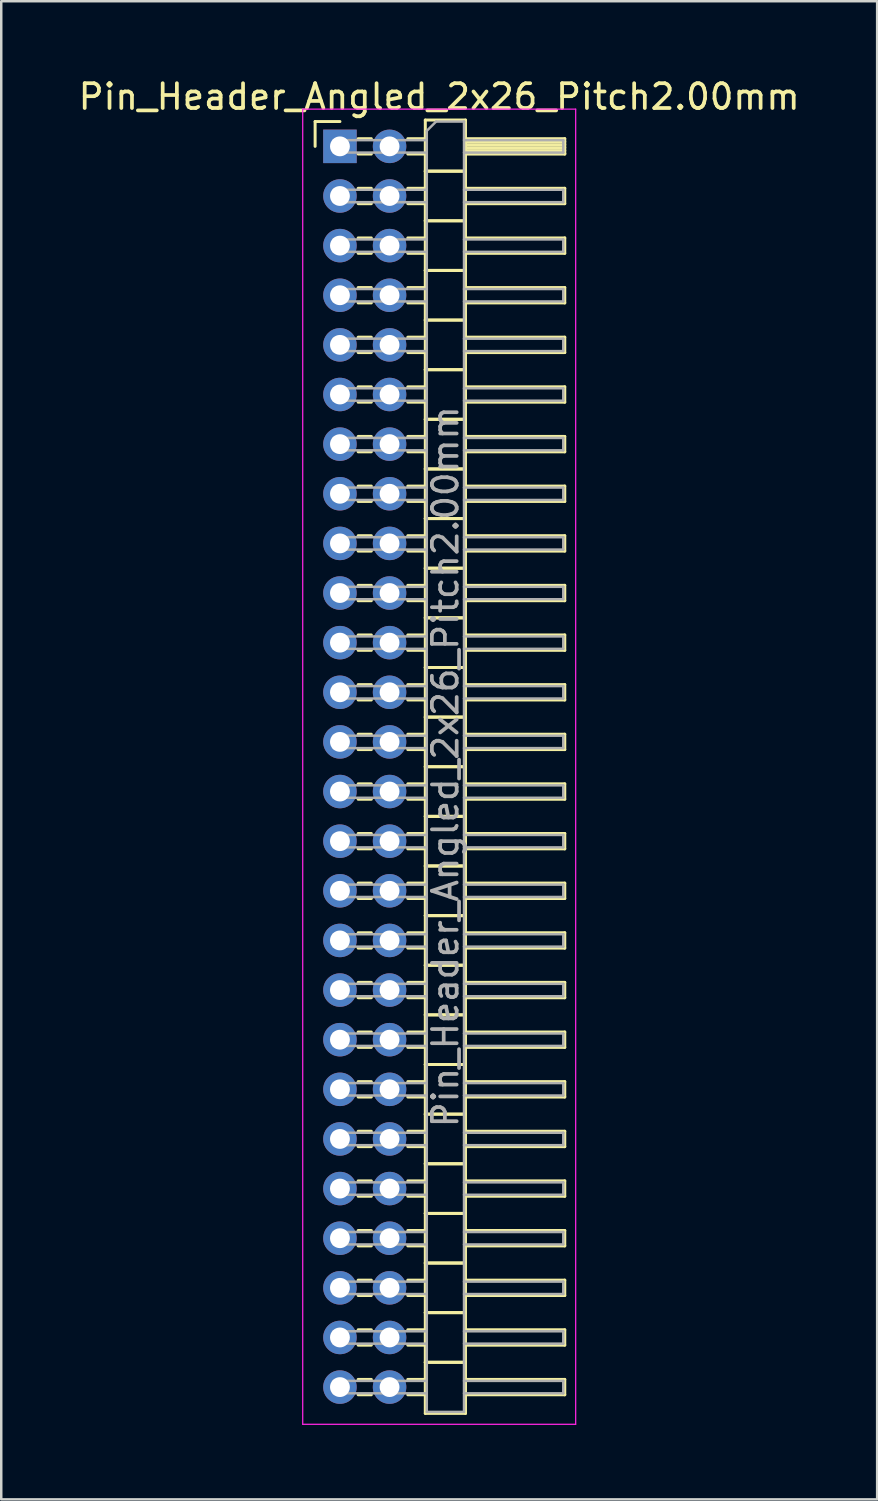
<source format=kicad_pcb>
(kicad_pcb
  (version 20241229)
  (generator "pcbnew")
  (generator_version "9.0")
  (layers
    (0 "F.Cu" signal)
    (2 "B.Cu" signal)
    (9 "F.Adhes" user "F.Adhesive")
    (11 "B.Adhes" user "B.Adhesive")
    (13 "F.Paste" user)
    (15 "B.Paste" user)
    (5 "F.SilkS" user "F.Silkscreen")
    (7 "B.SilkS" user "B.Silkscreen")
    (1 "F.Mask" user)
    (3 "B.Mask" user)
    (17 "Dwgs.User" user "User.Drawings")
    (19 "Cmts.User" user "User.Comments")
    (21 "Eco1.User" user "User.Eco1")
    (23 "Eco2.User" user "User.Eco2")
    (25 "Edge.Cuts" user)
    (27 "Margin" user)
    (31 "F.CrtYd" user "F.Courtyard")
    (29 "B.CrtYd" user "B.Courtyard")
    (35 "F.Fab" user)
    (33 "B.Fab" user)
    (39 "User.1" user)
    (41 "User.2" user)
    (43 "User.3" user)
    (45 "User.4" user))
  (footprint "Pin_Header_Angled_2x26_Pitch2.00mm"
    (layer "F.Cu")
    (at 10.649 2.848)
    (property "Reference" "Pin_Header_Angled_2x26_Pitch2.00mm" (at 4 -2 0) (layer "F.SilkS") (effects (font (size 1 1) (thickness 0.15))))
    (attr through_hole)
    (fp_line (start -1 -1) (end 0 -1) (stroke (width 0.12) (type solid)) (layer "F.SilkS"))
    (fp_line (start -1 0) (end -1 -1) (stroke (width 0.12) (type solid)) (layer "F.SilkS"))
    (fp_line (start 0.735 -0.31) (end 1.265 -0.31) (stroke (width 0.12) (type solid)) (layer "F.SilkS"))
    (fp_line (start 0.735 0.31) (end 1.265 0.31) (stroke (width 0.12) (type solid)) (layer "F.SilkS"))
    (fp_line (start 0.735 1.69) (end 1.265 1.69) (stroke (width 0.12) (type solid)) (layer "F.SilkS"))
    (fp_line (start 0.735 2.31) (end 1.265 2.31) (stroke (width 0.12) (type solid)) (layer "F.SilkS"))
    (fp_line (start 0.735 3.69) (end 1.265 3.69) (stroke (width 0.12) (type solid)) (layer "F.SilkS"))
    (fp_line (start 0.735 4.31) (end 1.265 4.31) (stroke (width 0.12) (type solid)) (layer "F.SilkS"))
    (fp_line (start 0.735 5.69) (end 1.265 5.69) (stroke (width 0.12) (type solid)) (layer "F.SilkS"))
    (fp_line (start 0.735 6.31) (end 1.265 6.31) (stroke (width 0.12) (type solid)) (layer "F.SilkS"))
    (fp_line (start 0.735 7.69) (end 1.265 7.69) (stroke (width 0.12) (type solid)) (layer "F.SilkS"))
    (fp_line (start 0.735 8.31) (end 1.265 8.31) (stroke (width 0.12) (type solid)) (layer "F.SilkS"))
    (fp_line (start 0.735 9.69) (end 1.265 9.69) (stroke (width 0.12) (type solid)) (layer "F.SilkS"))
    (fp_line (start 0.735 10.31) (end 1.265 10.31) (stroke (width 0.12) (type solid)) (layer "F.SilkS"))
    (fp_line (start 0.735 11.69) (end 1.265 11.69) (stroke (width 0.12) (type solid)) (layer "F.SilkS"))
    (fp_line (start 0.735 12.31) (end 1.265 12.31) (stroke (width 0.12) (type solid)) (layer "F.SilkS"))
    (fp_line (start 0.735 13.69) (end 1.265 13.69) (stroke (width 0.12) (type solid)) (layer "F.SilkS"))
    (fp_line (start 0.735 14.31) (end 1.265 14.31) (stroke (width 0.12) (type solid)) (layer "F.SilkS"))
    (fp_line (start 0.735 15.69) (end 1.265 15.69) (stroke (width 0.12) (type solid)) (layer "F.SilkS"))
    (fp_line (start 0.735 16.31) (end 1.265 16.31) (stroke (width 0.12) (type solid)) (layer "F.SilkS"))
    (fp_line (start 0.735 17.69) (end 1.265 17.69) (stroke (width 0.12) (type solid)) (layer "F.SilkS"))
    (fp_line (start 0.735 18.31) (end 1.265 18.31) (stroke (width 0.12) (type solid)) (layer "F.SilkS"))
    (fp_line (start 0.735 19.69) (end 1.265 19.69) (stroke (width 0.12) (type solid)) (layer "F.SilkS"))
    (fp_line (start 0.735 20.31) (end 1.265 20.31) (stroke (width 0.12) (type solid)) (layer "F.SilkS"))
    (fp_line (start 0.735 21.69) (end 1.265 21.69) (stroke (width 0.12) (type solid)) (layer "F.SilkS"))
    (fp_line (start 0.735 22.31) (end 1.265 22.31) (stroke (width 0.12) (type solid)) (layer "F.SilkS"))
    (fp_line (start 0.735 23.69) (end 1.265 23.69) (stroke (width 0.12) (type solid)) (layer "F.SilkS"))
    (fp_line (start 0.735 24.31) (end 1.265 24.31) (stroke (width 0.12) (type solid)) (layer "F.SilkS"))
    (fp_line (start 0.735 25.69) (end 1.265 25.69) (stroke (width 0.12) (type solid)) (layer "F.SilkS"))
    (fp_line (start 0.735 26.31) (end 1.265 26.31) (stroke (width 0.12) (type solid)) (layer "F.SilkS"))
    (fp_line (start 0.735 27.69) (end 1.265 27.69) (stroke (width 0.12) (type solid)) (layer "F.SilkS"))
    (fp_line (start 0.735 28.31) (end 1.265 28.31) (stroke (width 0.12) (type solid)) (layer "F.SilkS"))
    (fp_line (start 0.735 29.69) (end 1.265 29.69) (stroke (width 0.12) (type solid)) (layer "F.SilkS"))
    (fp_line (start 0.735 30.31) (end 1.265 30.31) (stroke (width 0.12) (type solid)) (layer "F.SilkS"))
    (fp_line (start 0.735 31.69) (end 1.265 31.69) (stroke (width 0.12) (type solid)) (layer "F.SilkS"))
    (fp_line (start 0.735 32.31) (end 1.265 32.31) (stroke (width 0.12) (type solid)) (layer "F.SilkS"))
    (fp_line (start 0.735 33.69) (end 1.265 33.69) (stroke (width 0.12) (type solid)) (layer "F.SilkS"))
    (fp_line (start 0.735 34.31) (end 1.265 34.31) (stroke (width 0.12) (type solid)) (layer "F.SilkS"))
    (fp_line (start 0.735 35.69) (end 1.265 35.69) (stroke (width 0.12) (type solid)) (layer "F.SilkS"))
    (fp_line (start 0.735 36.31) (end 1.265 36.31) (stroke (width 0.12) (type solid)) (layer "F.SilkS"))
    (fp_line (start 0.735 37.69) (end 1.265 37.69) (stroke (width 0.12) (type solid)) (layer "F.SilkS"))
    (fp_line (start 0.735 38.31) (end 1.265 38.31) (stroke (width 0.12) (type solid)) (layer "F.SilkS"))
    (fp_line (start 0.735 39.69) (end 1.265 39.69) (stroke (width 0.12) (type solid)) (layer "F.SilkS"))
    (fp_line (start 0.735 40.31) (end 1.265 40.31) (stroke (width 0.12) (type solid)) (layer "F.SilkS"))
    (fp_line (start 0.735 41.69) (end 1.265 41.69) (stroke (width 0.12) (type solid)) (layer "F.SilkS"))
    (fp_line (start 0.735 42.31) (end 1.265 42.31) (stroke (width 0.12) (type solid)) (layer "F.SilkS"))
    (fp_line (start 0.735 43.69) (end 1.265 43.69) (stroke (width 0.12) (type solid)) (layer "F.SilkS"))
    (fp_line (start 0.735 44.31) (end 1.265 44.31) (stroke (width 0.12) (type solid)) (layer "F.SilkS"))
    (fp_line (start 0.735 45.69) (end 1.265 45.69) (stroke (width 0.12) (type solid)) (layer "F.SilkS"))
    (fp_line (start 0.735 46.31) (end 1.265 46.31) (stroke (width 0.12) (type solid)) (layer "F.SilkS"))
    (fp_line (start 0.735 47.69) (end 1.265 47.69) (stroke (width 0.12) (type solid)) (layer "F.SilkS"))
    (fp_line (start 0.735 48.31) (end 1.265 48.31) (stroke (width 0.12) (type solid)) (layer "F.SilkS"))
    (fp_line (start 0.735 49.69) (end 1.265 49.69) (stroke (width 0.12) (type solid)) (layer "F.SilkS"))
    (fp_line (start 0.735 50.31) (end 1.265 50.31) (stroke (width 0.12) (type solid)) (layer "F.SilkS"))
    (fp_line (start 2.735 -0.31) (end 3.44 -0.31) (stroke (width 0.12) (type solid)) (layer "F.SilkS"))
    (fp_line (start 2.735 0.31) (end 3.44 0.31) (stroke (width 0.12) (type solid)) (layer "F.SilkS"))
    (fp_line (start 2.735 1.69) (end 3.44 1.69) (stroke (width 0.12) (type solid)) (layer "F.SilkS"))
    (fp_line (start 2.735 2.31) (end 3.44 2.31) (stroke (width 0.12) (type solid)) (layer "F.SilkS"))
    (fp_line (start 2.735 3.69) (end 3.44 3.69) (stroke (width 0.12) (type solid)) (layer "F.SilkS"))
    (fp_line (start 2.735 4.31) (end 3.44 4.31) (stroke (width 0.12) (type solid)) (layer "F.SilkS"))
    (fp_line (start 2.735 5.69) (end 3.44 5.69) (stroke (width 0.12) (type solid)) (layer "F.SilkS"))
    (fp_line (start 2.735 6.31) (end 3.44 6.31) (stroke (width 0.12) (type solid)) (layer "F.SilkS"))
    (fp_line (start 2.735 7.69) (end 3.44 7.69) (stroke (width 0.12) (type solid)) (layer "F.SilkS"))
    (fp_line (start 2.735 8.31) (end 3.44 8.31) (stroke (width 0.12) (type solid)) (layer "F.SilkS"))
    (fp_line (start 2.735 9.69) (end 3.44 9.69) (stroke (width 0.12) (type solid)) (layer "F.SilkS"))
    (fp_line (start 2.735 10.31) (end 3.44 10.31) (stroke (width 0.12) (type solid)) (layer "F.SilkS"))
    (fp_line (start 2.735 11.69) (end 3.44 11.69) (stroke (width 0.12) (type solid)) (layer "F.SilkS"))
    (fp_line (start 2.735 12.31) (end 3.44 12.31) (stroke (width 0.12) (type solid)) (layer "F.SilkS"))
    (fp_line (start 2.735 13.69) (end 3.44 13.69) (stroke (width 0.12) (type solid)) (layer "F.SilkS"))
    (fp_line (start 2.735 14.31) (end 3.44 14.31) (stroke (width 0.12) (type solid)) (layer "F.SilkS"))
    (fp_line (start 2.735 15.69) (end 3.44 15.69) (stroke (width 0.12) (type solid)) (layer "F.SilkS"))
    (fp_line (start 2.735 16.31) (end 3.44 16.31) (stroke (width 0.12) (type solid)) (layer "F.SilkS"))
    (fp_line (start 2.735 17.69) (end 3.44 17.69) (stroke (width 0.12) (type solid)) (layer "F.SilkS"))
    (fp_line (start 2.735 18.31) (end 3.44 18.31) (stroke (width 0.12) (type solid)) (layer "F.SilkS"))
    (fp_line (start 2.735 19.69) (end 3.44 19.69) (stroke (width 0.12) (type solid)) (layer "F.SilkS"))
    (fp_line (start 2.735 20.31) (end 3.44 20.31) (stroke (width 0.12) (type solid)) (layer "F.SilkS"))
    (fp_line (start 2.735 21.69) (end 3.44 21.69) (stroke (width 0.12) (type solid)) (layer "F.SilkS"))
    (fp_line (start 2.735 22.31) (end 3.44 22.31) (stroke (width 0.12) (type solid)) (layer "F.SilkS"))
    (fp_line (start 2.735 23.69) (end 3.44 23.69) (stroke (width 0.12) (type solid)) (layer "F.SilkS"))
    (fp_line (start 2.735 24.31) (end 3.44 24.31) (stroke (width 0.12) (type solid)) (layer "F.SilkS"))
    (fp_line (start 2.735 25.69) (end 3.44 25.69) (stroke (width 0.12) (type solid)) (layer "F.SilkS"))
    (fp_line (start 2.735 26.31) (end 3.44 26.31) (stroke (width 0.12) (type solid)) (layer "F.SilkS"))
    (fp_line (start 2.735 27.69) (end 3.44 27.69) (stroke (width 0.12) (type solid)) (layer "F.SilkS"))
    (fp_line (start 2.735 28.31) (end 3.44 28.31) (stroke (width 0.12) (type solid)) (layer "F.SilkS"))
    (fp_line (start 2.735 29.69) (end 3.44 29.69) (stroke (width 0.12) (type solid)) (layer "F.SilkS"))
    (fp_line (start 2.735 30.31) (end 3.44 30.31) (stroke (width 0.12) (type solid)) (layer "F.SilkS"))
    (fp_line (start 2.735 31.69) (end 3.44 31.69) (stroke (width 0.12) (type solid)) (layer "F.SilkS"))
    (fp_line (start 2.735 32.31) (end 3.44 32.31) (stroke (width 0.12) (type solid)) (layer "F.SilkS"))
    (fp_line (start 2.735 33.69) (end 3.44 33.69) (stroke (width 0.12) (type solid)) (layer "F.SilkS"))
    (fp_line (start 2.735 34.31) (end 3.44 34.31) (stroke (width 0.12) (type solid)) (layer "F.SilkS"))
    (fp_line (start 2.735 35.69) (end 3.44 35.69) (stroke (width 0.12) (type solid)) (layer "F.SilkS"))
    (fp_line (start 2.735 36.31) (end 3.44 36.31) (stroke (width 0.12) (type solid)) (layer "F.SilkS"))
    (fp_line (start 2.735 37.69) (end 3.44 37.69) (stroke (width 0.12) (type solid)) (layer "F.SilkS"))
    (fp_line (start 2.735 38.31) (end 3.44 38.31) (stroke (width 0.12) (type solid)) (layer "F.SilkS"))
    (fp_line (start 2.735 39.69) (end 3.44 39.69) (stroke (width 0.12) (type solid)) (layer "F.SilkS"))
    (fp_line (start 2.735 40.31) (end 3.44 40.31) (stroke (width 0.12) (type solid)) (layer "F.SilkS"))
    (fp_line (start 2.735 41.69) (end 3.44 41.69) (stroke (width 0.12) (type solid)) (layer "F.SilkS"))
    (fp_line (start 2.735 42.31) (end 3.44 42.31) (stroke (width 0.12) (type solid)) (layer "F.SilkS"))
    (fp_line (start 2.735 43.69) (end 3.44 43.69) (stroke (width 0.12) (type solid)) (layer "F.SilkS"))
    (fp_line (start 2.735 44.31) (end 3.44 44.31) (stroke (width 0.12) (type solid)) (layer "F.SilkS"))
    (fp_line (start 2.735 45.69) (end 3.44 45.69) (stroke (width 0.12) (type solid)) (layer "F.SilkS"))
    (fp_line (start 2.735 46.31) (end 3.44 46.31) (stroke (width 0.12) (type solid)) (layer "F.SilkS"))
    (fp_line (start 2.735 47.69) (end 3.44 47.69) (stroke (width 0.12) (type solid)) (layer "F.SilkS"))
    (fp_line (start 2.735 48.31) (end 3.44 48.31) (stroke (width 0.12) (type solid)) (layer "F.SilkS"))
    (fp_line (start 2.735 49.69) (end 3.44 49.69) (stroke (width 0.12) (type solid)) (layer "F.SilkS"))
    (fp_line (start 2.735 50.31) (end 3.44 50.31) (stroke (width 0.12) (type solid)) (layer "F.SilkS"))
    (fp_line (start 3.44 -1.06) (end 3.44 1) (stroke (width 0.12) (type solid)) (layer "F.SilkS"))
    (fp_line (start 3.44 1) (end 3.44 3) (stroke (width 0.12) (type solid)) (layer "F.SilkS"))
    (fp_line (start 3.44 1) (end 5.06 1) (stroke (width 0.12) (type solid)) (layer "F.SilkS"))
    (fp_line (start 3.44 3) (end 3.44 5) (stroke (width 0.12) (type solid)) (layer "F.SilkS"))
    (fp_line (start 3.44 3) (end 5.06 3) (stroke (width 0.12) (type solid)) (layer "F.SilkS"))
    (fp_line (start 3.44 5) (end 3.44 7) (stroke (width 0.12) (type solid)) (layer "F.SilkS"))
    (fp_line (start 3.44 5) (end 5.06 5) (stroke (width 0.12) (type solid)) (layer "F.SilkS"))
    (fp_line (start 3.44 7) (end 3.44 9) (stroke (width 0.12) (type solid)) (layer "F.SilkS"))
    (fp_line (start 3.44 7) (end 5.06 7) (stroke (width 0.12) (type solid)) (layer "F.SilkS"))
    (fp_line (start 3.44 9) (end 3.44 11) (stroke (width 0.12) (type solid)) (layer "F.SilkS"))
    (fp_line (start 3.44 9) (end 5.06 9) (stroke (width 0.12) (type solid)) (layer "F.SilkS"))
    (fp_line (start 3.44 11) (end 3.44 13) (stroke (width 0.12) (type solid)) (layer "F.SilkS"))
    (fp_line (start 3.44 11) (end 5.06 11) (stroke (width 0.12) (type solid)) (layer "F.SilkS"))
    (fp_line (start 3.44 13) (end 3.44 15) (stroke (width 0.12) (type solid)) (layer "F.SilkS"))
    (fp_line (start 3.44 13) (end 5.06 13) (stroke (width 0.12) (type solid)) (layer "F.SilkS"))
    (fp_line (start 3.44 15) (end 3.44 17) (stroke (width 0.12) (type solid)) (layer "F.SilkS"))
    (fp_line (start 3.44 15) (end 5.06 15) (stroke (width 0.12) (type solid)) (layer "F.SilkS"))
    (fp_line (start 3.44 17) (end 3.44 19) (stroke (width 0.12) (type solid)) (layer "F.SilkS"))
    (fp_line (start 3.44 17) (end 5.06 17) (stroke (width 0.12) (type solid)) (layer "F.SilkS"))
    (fp_line (start 3.44 19) (end 3.44 21) (stroke (width 0.12) (type solid)) (layer "F.SilkS"))
    (fp_line (start 3.44 19) (end 5.06 19) (stroke (width 0.12) (type solid)) (layer "F.SilkS"))
    (fp_line (start 3.44 21) (end 3.44 23) (stroke (width 0.12) (type solid)) (layer "F.SilkS"))
    (fp_line (start 3.44 21) (end 5.06 21) (stroke (width 0.12) (type solid)) (layer "F.SilkS"))
    (fp_line (start 3.44 23) (end 3.44 25) (stroke (width 0.12) (type solid)) (layer "F.SilkS"))
    (fp_line (start 3.44 23) (end 5.06 23) (stroke (width 0.12) (type solid)) (layer "F.SilkS"))
    (fp_line (start 3.44 25) (end 3.44 27) (stroke (width 0.12) (type solid)) (layer "F.SilkS"))
    (fp_line (start 3.44 25) (end 5.06 25) (stroke (width 0.12) (type solid)) (layer "F.SilkS"))
    (fp_line (start 3.44 27) (end 3.44 29) (stroke (width 0.12) (type solid)) (layer "F.SilkS"))
    (fp_line (start 3.44 27) (end 5.06 27) (stroke (width 0.12) (type solid)) (layer "F.SilkS"))
    (fp_line (start 3.44 29) (end 3.44 31) (stroke (width 0.12) (type solid)) (layer "F.SilkS"))
    (fp_line (start 3.44 29) (end 5.06 29) (stroke (width 0.12) (type solid)) (layer "F.SilkS"))
    (fp_line (start 3.44 31) (end 3.44 33) (stroke (width 0.12) (type solid)) (layer "F.SilkS"))
    (fp_line (start 3.44 31) (end 5.06 31) (stroke (width 0.12) (type solid)) (layer "F.SilkS"))
    (fp_line (start 3.44 33) (end 3.44 35) (stroke (width 0.12) (type solid)) (layer "F.SilkS"))
    (fp_line (start 3.44 33) (end 5.06 33) (stroke (width 0.12) (type solid)) (layer "F.SilkS"))
    (fp_line (start 3.44 35) (end 3.44 37) (stroke (width 0.12) (type solid)) (layer "F.SilkS"))
    (fp_line (start 3.44 35) (end 5.06 35) (stroke (width 0.12) (type solid)) (layer "F.SilkS"))
    (fp_line (start 3.44 37) (end 3.44 39) (stroke (width 0.12) (type solid)) (layer "F.SilkS"))
    (fp_line (start 3.44 37) (end 5.06 37) (stroke (width 0.12) (type solid)) (layer "F.SilkS"))
    (fp_line (start 3.44 39) (end 3.44 41) (stroke (width 0.12) (type solid)) (layer "F.SilkS"))
    (fp_line (start 3.44 39) (end 5.06 39) (stroke (width 0.12) (type solid)) (layer "F.SilkS"))
    (fp_line (start 3.44 41) (end 3.44 43) (stroke (width 0.12) (type solid)) (layer "F.SilkS"))
    (fp_line (start 3.44 41) (end 5.06 41) (stroke (width 0.12) (type solid)) (layer "F.SilkS"))
    (fp_line (start 3.44 43) (end 3.44 45) (stroke (width 0.12) (type solid)) (layer "F.SilkS"))
    (fp_line (start 3.44 43) (end 5.06 43) (stroke (width 0.12) (type solid)) (layer "F.SilkS"))
    (fp_line (start 3.44 45) (end 3.44 47) (stroke (width 0.12) (type solid)) (layer "F.SilkS"))
    (fp_line (start 3.44 45) (end 5.06 45) (stroke (width 0.12) (type solid)) (layer "F.SilkS"))
    (fp_line (start 3.44 47) (end 3.44 49) (stroke (width 0.12) (type solid)) (layer "F.SilkS"))
    (fp_line (start 3.44 47) (end 5.06 47) (stroke (width 0.12) (type solid)) (layer "F.SilkS"))
    (fp_line (start 3.44 49) (end 3.44 51.06) (stroke (width 0.12) (type solid)) (layer "F.SilkS"))
    (fp_line (start 3.44 49) (end 5.06 49) (stroke (width 0.12) (type solid)) (layer "F.SilkS"))
    (fp_line (start 3.44 51.06) (end 5.06 51.06) (stroke (width 0.12) (type solid)) (layer "F.SilkS"))
    (fp_line (start 5.06 -1.06) (end 3.44 -1.06) (stroke (width 0.12) (type solid)) (layer "F.SilkS"))
    (fp_line (start 5.06 -0.31) (end 5.06 0.31) (stroke (width 0.12) (type solid)) (layer "F.SilkS"))
    (fp_line (start 5.06 -0.19) (end 9.06 -0.19) (stroke (width 0.12) (type solid)) (layer "F.SilkS"))
    (fp_line (start 5.06 -0.07) (end 9.06 -0.07) (stroke (width 0.12) (type solid)) (layer "F.SilkS"))
    (fp_line (start 5.06 0.05) (end 9.06 0.05) (stroke (width 0.12) (type solid)) (layer "F.SilkS"))
    (fp_line (start 5.06 0.17) (end 9.06 0.17) (stroke (width 0.12) (type solid)) (layer "F.SilkS"))
    (fp_line (start 5.06 0.29) (end 9.06 0.29) (stroke (width 0.12) (type solid)) (layer "F.SilkS"))
    (fp_line (start 5.06 0.31) (end 9.06 0.31) (stroke (width 0.12) (type solid)) (layer "F.SilkS"))
    (fp_line (start 5.06 1) (end 3.44 1) (stroke (width 0.12) (type solid)) (layer "F.SilkS"))
    (fp_line (start 5.06 1) (end 5.06 -1.06) (stroke (width 0.12) (type solid)) (layer "F.SilkS"))
    (fp_line (start 5.06 1.69) (end 5.06 2.31) (stroke (width 0.12) (type solid)) (layer "F.SilkS"))
    (fp_line (start 5.06 2.31) (end 9.06 2.31) (stroke (width 0.12) (type solid)) (layer "F.SilkS"))
    (fp_line (start 5.06 3) (end 3.44 3) (stroke (width 0.12) (type solid)) (layer "F.SilkS"))
    (fp_line (start 5.06 3) (end 5.06 1) (stroke (width 0.12) (type solid)) (layer "F.SilkS"))
    (fp_line (start 5.06 3.69) (end 5.06 4.31) (stroke (width 0.12) (type solid)) (layer "F.SilkS"))
    (fp_line (start 5.06 4.31) (end 9.06 4.31) (stroke (width 0.12) (type solid)) (layer "F.SilkS"))
    (fp_line (start 5.06 5) (end 3.44 5) (stroke (width 0.12) (type solid)) (layer "F.SilkS"))
    (fp_line (start 5.06 5) (end 5.06 3) (stroke (width 0.12) (type solid)) (layer "F.SilkS"))
    (fp_line (start 5.06 5.69) (end 5.06 6.31) (stroke (width 0.12) (type solid)) (layer "F.SilkS"))
    (fp_line (start 5.06 6.31) (end 9.06 6.31) (stroke (width 0.12) (type solid)) (layer "F.SilkS"))
    (fp_line (start 5.06 7) (end 3.44 7) (stroke (width 0.12) (type solid)) (layer "F.SilkS"))
    (fp_line (start 5.06 7) (end 5.06 5) (stroke (width 0.12) (type solid)) (layer "F.SilkS"))
    (fp_line (start 5.06 7.69) (end 5.06 8.31) (stroke (width 0.12) (type solid)) (layer "F.SilkS"))
    (fp_line (start 5.06 8.31) (end 9.06 8.31) (stroke (width 0.12) (type solid)) (layer "F.SilkS"))
    (fp_line (start 5.06 9) (end 3.44 9) (stroke (width 0.12) (type solid)) (layer "F.SilkS"))
    (fp_line (start 5.06 9) (end 5.06 7) (stroke (width 0.12) (type solid)) (layer "F.SilkS"))
    (fp_line (start 5.06 9.69) (end 5.06 10.31) (stroke (width 0.12) (type solid)) (layer "F.SilkS"))
    (fp_line (start 5.06 10.31) (end 9.06 10.31) (stroke (width 0.12) (type solid)) (layer "F.SilkS"))
    (fp_line (start 5.06 11) (end 3.44 11) (stroke (width 0.12) (type solid)) (layer "F.SilkS"))
    (fp_line (start 5.06 11) (end 5.06 9) (stroke (width 0.12) (type solid)) (layer "F.SilkS"))
    (fp_line (start 5.06 11.69) (end 5.06 12.31) (stroke (width 0.12) (type solid)) (layer "F.SilkS"))
    (fp_line (start 5.06 12.31) (end 9.06 12.31) (stroke (width 0.12) (type solid)) (layer "F.SilkS"))
    (fp_line (start 5.06 13) (end 3.44 13) (stroke (width 0.12) (type solid)) (layer "F.SilkS"))
    (fp_line (start 5.06 13) (end 5.06 11) (stroke (width 0.12) (type solid)) (layer "F.SilkS"))
    (fp_line (start 5.06 13.69) (end 5.06 14.31) (stroke (width 0.12) (type solid)) (layer "F.SilkS"))
    (fp_line (start 5.06 14.31) (end 9.06 14.31) (stroke (width 0.12) (type solid)) (layer "F.SilkS"))
    (fp_line (start 5.06 15) (end 3.44 15) (stroke (width 0.12) (type solid)) (layer "F.SilkS"))
    (fp_line (start 5.06 15) (end 5.06 13) (stroke (width 0.12) (type solid)) (layer "F.SilkS"))
    (fp_line (start 5.06 15.69) (end 5.06 16.31) (stroke (width 0.12) (type solid)) (layer "F.SilkS"))
    (fp_line (start 5.06 16.31) (end 9.06 16.31) (stroke (width 0.12) (type solid)) (layer "F.SilkS"))
    (fp_line (start 5.06 17) (end 3.44 17) (stroke (width 0.12) (type solid)) (layer "F.SilkS"))
    (fp_line (start 5.06 17) (end 5.06 15) (stroke (width 0.12) (type solid)) (layer "F.SilkS"))
    (fp_line (start 5.06 17.69) (end 5.06 18.31) (stroke (width 0.12) (type solid)) (layer "F.SilkS"))
    (fp_line (start 5.06 18.31) (end 9.06 18.31) (stroke (width 0.12) (type solid)) (layer "F.SilkS"))
    (fp_line (start 5.06 19) (end 3.44 19) (stroke (width 0.12) (type solid)) (layer "F.SilkS"))
    (fp_line (start 5.06 19) (end 5.06 17) (stroke (width 0.12) (type solid)) (layer "F.SilkS"))
    (fp_line (start 5.06 19.69) (end 5.06 20.31) (stroke (width 0.12) (type solid)) (layer "F.SilkS"))
    (fp_line (start 5.06 20.31) (end 9.06 20.31) (stroke (width 0.12) (type solid)) (layer "F.SilkS"))
    (fp_line (start 5.06 21) (end 3.44 21) (stroke (width 0.12) (type solid)) (layer "F.SilkS"))
    (fp_line (start 5.06 21) (end 5.06 19) (stroke (width 0.12) (type solid)) (layer "F.SilkS"))
    (fp_line (start 5.06 21.69) (end 5.06 22.31) (stroke (width 0.12) (type solid)) (layer "F.SilkS"))
    (fp_line (start 5.06 22.31) (end 9.06 22.31) (stroke (width 0.12) (type solid)) (layer "F.SilkS"))
    (fp_line (start 5.06 23) (end 3.44 23) (stroke (width 0.12) (type solid)) (layer "F.SilkS"))
    (fp_line (start 5.06 23) (end 5.06 21) (stroke (width 0.12) (type solid)) (layer "F.SilkS"))
    (fp_line (start 5.06 23.69) (end 5.06 24.31) (stroke (width 0.12) (type solid)) (layer "F.SilkS"))
    (fp_line (start 5.06 24.31) (end 9.06 24.31) (stroke (width 0.12) (type solid)) (layer "F.SilkS"))
    (fp_line (start 5.06 25) (end 3.44 25) (stroke (width 0.12) (type solid)) (layer "F.SilkS"))
    (fp_line (start 5.06 25) (end 5.06 23) (stroke (width 0.12) (type solid)) (layer "F.SilkS"))
    (fp_line (start 5.06 25.69) (end 5.06 26.31) (stroke (width 0.12) (type solid)) (layer "F.SilkS"))
    (fp_line (start 5.06 26.31) (end 9.06 26.31) (stroke (width 0.12) (type solid)) (layer "F.SilkS"))
    (fp_line (start 5.06 27) (end 3.44 27) (stroke (width 0.12) (type solid)) (layer "F.SilkS"))
    (fp_line (start 5.06 27) (end 5.06 25) (stroke (width 0.12) (type solid)) (layer "F.SilkS"))
    (fp_line (start 5.06 27.69) (end 5.06 28.31) (stroke (width 0.12) (type solid)) (layer "F.SilkS"))
    (fp_line (start 5.06 28.31) (end 9.06 28.31) (stroke (width 0.12) (type solid)) (layer "F.SilkS"))
    (fp_line (start 5.06 29) (end 3.44 29) (stroke (width 0.12) (type solid)) (layer "F.SilkS"))
    (fp_line (start 5.06 29) (end 5.06 27) (stroke (width 0.12) (type solid)) (layer "F.SilkS"))
    (fp_line (start 5.06 29.69) (end 5.06 30.31) (stroke (width 0.12) (type solid)) (layer "F.SilkS"))
    (fp_line (start 5.06 30.31) (end 9.06 30.31) (stroke (width 0.12) (type solid)) (layer "F.SilkS"))
    (fp_line (start 5.06 31) (end 3.44 31) (stroke (width 0.12) (type solid)) (layer "F.SilkS"))
    (fp_line (start 5.06 31) (end 5.06 29) (stroke (width 0.12) (type solid)) (layer "F.SilkS"))
    (fp_line (start 5.06 31.69) (end 5.06 32.31) (stroke (width 0.12) (type solid)) (layer "F.SilkS"))
    (fp_line (start 5.06 32.31) (end 9.06 32.31) (stroke (width 0.12) (type solid)) (layer "F.SilkS"))
    (fp_line (start 5.06 33) (end 3.44 33) (stroke (width 0.12) (type solid)) (layer "F.SilkS"))
    (fp_line (start 5.06 33) (end 5.06 31) (stroke (width 0.12) (type solid)) (layer "F.SilkS"))
    (fp_line (start 5.06 33.69) (end 5.06 34.31) (stroke (width 0.12) (type solid)) (layer "F.SilkS"))
    (fp_line (start 5.06 34.31) (end 9.06 34.31) (stroke (width 0.12) (type solid)) (layer "F.SilkS"))
    (fp_line (start 5.06 35) (end 3.44 35) (stroke (width 0.12) (type solid)) (layer "F.SilkS"))
    (fp_line (start 5.06 35) (end 5.06 33) (stroke (width 0.12) (type solid)) (layer "F.SilkS"))
    (fp_line (start 5.06 35.69) (end 5.06 36.31) (stroke (width 0.12) (type solid)) (layer "F.SilkS"))
    (fp_line (start 5.06 36.31) (end 9.06 36.31) (stroke (width 0.12) (type solid)) (layer "F.SilkS"))
    (fp_line (start 5.06 37) (end 3.44 37) (stroke (width 0.12) (type solid)) (layer "F.SilkS"))
    (fp_line (start 5.06 37) (end 5.06 35) (stroke (width 0.12) (type solid)) (layer "F.SilkS"))
    (fp_line (start 5.06 37.69) (end 5.06 38.31) (stroke (width 0.12) (type solid)) (layer "F.SilkS"))
    (fp_line (start 5.06 38.31) (end 9.06 38.31) (stroke (width 0.12) (type solid)) (layer "F.SilkS"))
    (fp_line (start 5.06 39) (end 3.44 39) (stroke (width 0.12) (type solid)) (layer "F.SilkS"))
    (fp_line (start 5.06 39) (end 5.06 37) (stroke (width 0.12) (type solid)) (layer "F.SilkS"))
    (fp_line (start 5.06 39.69) (end 5.06 40.31) (stroke (width 0.12) (type solid)) (layer "F.SilkS"))
    (fp_line (start 5.06 40.31) (end 9.06 40.31) (stroke (width 0.12) (type solid)) (layer "F.SilkS"))
    (fp_line (start 5.06 41) (end 3.44 41) (stroke (width 0.12) (type solid)) (layer "F.SilkS"))
    (fp_line (start 5.06 41) (end 5.06 39) (stroke (width 0.12) (type solid)) (layer "F.SilkS"))
    (fp_line (start 5.06 41.69) (end 5.06 42.31) (stroke (width 0.12) (type solid)) (layer "F.SilkS"))
    (fp_line (start 5.06 42.31) (end 9.06 42.31) (stroke (width 0.12) (type solid)) (layer "F.SilkS"))
    (fp_line (start 5.06 43) (end 3.44 43) (stroke (width 0.12) (type solid)) (layer "F.SilkS"))
    (fp_line (start 5.06 43) (end 5.06 41) (stroke (width 0.12) (type solid)) (layer "F.SilkS"))
    (fp_line (start 5.06 43.69) (end 5.06 44.31) (stroke (width 0.12) (type solid)) (layer "F.SilkS"))
    (fp_line (start 5.06 44.31) (end 9.06 44.31) (stroke (width 0.12) (type solid)) (layer "F.SilkS"))
    (fp_line (start 5.06 45) (end 3.44 45) (stroke (width 0.12) (type solid)) (layer "F.SilkS"))
    (fp_line (start 5.06 45) (end 5.06 43) (stroke (width 0.12) (type solid)) (layer "F.SilkS"))
    (fp_line (start 5.06 45.69) (end 5.06 46.31) (stroke (width 0.12) (type solid)) (layer "F.SilkS"))
    (fp_line (start 5.06 46.31) (end 9.06 46.31) (stroke (width 0.12) (type solid)) (layer "F.SilkS"))
    (fp_line (start 5.06 47) (end 3.44 47) (stroke (width 0.12) (type solid)) (layer "F.SilkS"))
    (fp_line (start 5.06 47) (end 5.06 45) (stroke (width 0.12) (type solid)) (layer "F.SilkS"))
    (fp_line (start 5.06 47.69) (end 5.06 48.31) (stroke (width 0.12) (type solid)) (layer "F.SilkS"))
    (fp_line (start 5.06 48.31) (end 9.06 48.31) (stroke (width 0.12) (type solid)) (layer "F.SilkS"))
    (fp_line (start 5.06 49) (end 3.44 49) (stroke (width 0.12) (type solid)) (layer "F.SilkS"))
    (fp_line (start 5.06 49) (end 5.06 47) (stroke (width 0.12) (type solid)) (layer "F.SilkS"))
    (fp_line (start 5.06 49.69) (end 5.06 50.31) (stroke (width 0.12) (type solid)) (layer "F.SilkS"))
    (fp_line (start 5.06 50.31) (end 9.06 50.31) (stroke (width 0.12) (type solid)) (layer "F.SilkS"))
    (fp_line (start 5.06 51.06) (end 5.06 49) (stroke (width 0.12) (type solid)) (layer "F.SilkS"))
    (fp_line (start 9.06 -0.31) (end 5.06 -0.31) (stroke (width 0.12) (type solid)) (layer "F.SilkS"))
    (fp_line (start 9.06 0.31) (end 9.06 -0.31) (stroke (width 0.12) (type solid)) (layer "F.SilkS"))
    (fp_line (start 9.06 1.69) (end 5.06 1.69) (stroke (width 0.12) (type solid)) (layer "F.SilkS"))
    (fp_line (start 9.06 2.31) (end 9.06 1.69) (stroke (width 0.12) (type solid)) (layer "F.SilkS"))
    (fp_line (start 9.06 3.69) (end 5.06 3.69) (stroke (width 0.12) (type solid)) (layer "F.SilkS"))
    (fp_line (start 9.06 4.31) (end 9.06 3.69) (stroke (width 0.12) (type solid)) (layer "F.SilkS"))
    (fp_line (start 9.06 5.69) (end 5.06 5.69) (stroke (width 0.12) (type solid)) (layer "F.SilkS"))
    (fp_line (start 9.06 6.31) (end 9.06 5.69) (stroke (width 0.12) (type solid)) (layer "F.SilkS"))
    (fp_line (start 9.06 7.69) (end 5.06 7.69) (stroke (width 0.12) (type solid)) (layer "F.SilkS"))
    (fp_line (start 9.06 8.31) (end 9.06 7.69) (stroke (width 0.12) (type solid)) (layer "F.SilkS"))
    (fp_line (start 9.06 9.69) (end 5.06 9.69) (stroke (width 0.12) (type solid)) (layer "F.SilkS"))
    (fp_line (start 9.06 10.31) (end 9.06 9.69) (stroke (width 0.12) (type solid)) (layer "F.SilkS"))
    (fp_line (start 9.06 11.69) (end 5.06 11.69) (stroke (width 0.12) (type solid)) (layer "F.SilkS"))
    (fp_line (start 9.06 12.31) (end 9.06 11.69) (stroke (width 0.12) (type solid)) (layer "F.SilkS"))
    (fp_line (start 9.06 13.69) (end 5.06 13.69) (stroke (width 0.12) (type solid)) (layer "F.SilkS"))
    (fp_line (start 9.06 14.31) (end 9.06 13.69) (stroke (width 0.12) (type solid)) (layer "F.SilkS"))
    (fp_line (start 9.06 15.69) (end 5.06 15.69) (stroke (width 0.12) (type solid)) (layer "F.SilkS"))
    (fp_line (start 9.06 16.31) (end 9.06 15.69) (stroke (width 0.12) (type solid)) (layer "F.SilkS"))
    (fp_line (start 9.06 17.69) (end 5.06 17.69) (stroke (width 0.12) (type solid)) (layer "F.SilkS"))
    (fp_line (start 9.06 18.31) (end 9.06 17.69) (stroke (width 0.12) (type solid)) (layer "F.SilkS"))
    (fp_line (start 9.06 19.69) (end 5.06 19.69) (stroke (width 0.12) (type solid)) (layer "F.SilkS"))
    (fp_line (start 9.06 20.31) (end 9.06 19.69) (stroke (width 0.12) (type solid)) (layer "F.SilkS"))
    (fp_line (start 9.06 21.69) (end 5.06 21.69) (stroke (width 0.12) (type solid)) (layer "F.SilkS"))
    (fp_line (start 9.06 22.31) (end 9.06 21.69) (stroke (width 0.12) (type solid)) (layer "F.SilkS"))
    (fp_line (start 9.06 23.69) (end 5.06 23.69) (stroke (width 0.12) (type solid)) (layer "F.SilkS"))
    (fp_line (start 9.06 24.31) (end 9.06 23.69) (stroke (width 0.12) (type solid)) (layer "F.SilkS"))
    (fp_line (start 9.06 25.69) (end 5.06 25.69) (stroke (width 0.12) (type solid)) (layer "F.SilkS"))
    (fp_line (start 9.06 26.31) (end 9.06 25.69) (stroke (width 0.12) (type solid)) (layer "F.SilkS"))
    (fp_line (start 9.06 27.69) (end 5.06 27.69) (stroke (width 0.12) (type solid)) (layer "F.SilkS"))
    (fp_line (start 9.06 28.31) (end 9.06 27.69) (stroke (width 0.12) (type solid)) (layer "F.SilkS"))
    (fp_line (start 9.06 29.69) (end 5.06 29.69) (stroke (width 0.12) (type solid)) (layer "F.SilkS"))
    (fp_line (start 9.06 30.31) (end 9.06 29.69) (stroke (width 0.12) (type solid)) (layer "F.SilkS"))
    (fp_line (start 9.06 31.69) (end 5.06 31.69) (stroke (width 0.12) (type solid)) (layer "F.SilkS"))
    (fp_line (start 9.06 32.31) (end 9.06 31.69) (stroke (width 0.12) (type solid)) (layer "F.SilkS"))
    (fp_line (start 9.06 33.69) (end 5.06 33.69) (stroke (width 0.12) (type solid)) (layer "F.SilkS"))
    (fp_line (start 9.06 34.31) (end 9.06 33.69) (stroke (width 0.12) (type solid)) (layer "F.SilkS"))
    (fp_line (start 9.06 35.69) (end 5.06 35.69) (stroke (width 0.12) (type solid)) (layer "F.SilkS"))
    (fp_line (start 9.06 36.31) (end 9.06 35.69) (stroke (width 0.12) (type solid)) (layer "F.SilkS"))
    (fp_line (start 9.06 37.69) (end 5.06 37.69) (stroke (width 0.12) (type solid)) (layer "F.SilkS"))
    (fp_line (start 9.06 38.31) (end 9.06 37.69) (stroke (width 0.12) (type solid)) (layer "F.SilkS"))
    (fp_line (start 9.06 39.69) (end 5.06 39.69) (stroke (width 0.12) (type solid)) (layer "F.SilkS"))
    (fp_line (start 9.06 40.31) (end 9.06 39.69) (stroke (width 0.12) (type solid)) (layer "F.SilkS"))
    (fp_line (start 9.06 41.69) (end 5.06 41.69) (stroke (width 0.12) (type solid)) (layer "F.SilkS"))
    (fp_line (start 9.06 42.31) (end 9.06 41.69) (stroke (width 0.12) (type solid)) (layer "F.SilkS"))
    (fp_line (start 9.06 43.69) (end 5.06 43.69) (stroke (width 0.12) (type solid)) (layer "F.SilkS"))
    (fp_line (start 9.06 44.31) (end 9.06 43.69) (stroke (width 0.12) (type solid)) (layer "F.SilkS"))
    (fp_line (start 9.06 45.69) (end 5.06 45.69) (stroke (width 0.12) (type solid)) (layer "F.SilkS"))
    (fp_line (start 9.06 46.31) (end 9.06 45.69) (stroke (width 0.12) (type solid)) (layer "F.SilkS"))
    (fp_line (start 9.06 47.69) (end 5.06 47.69) (stroke (width 0.12) (type solid)) (layer "F.SilkS"))
    (fp_line (start 9.06 48.31) (end 9.06 47.69) (stroke (width 0.12) (type solid)) (layer "F.SilkS"))
    (fp_line (start 9.06 49.69) (end 5.06 49.69) (stroke (width 0.12) (type solid)) (layer "F.SilkS"))
    (fp_line (start 9.06 50.31) (end 9.06 49.69) (stroke (width 0.12) (type solid)) (layer "F.SilkS"))
    (fp_line (start -1.5 -1.5) (end -1.5 51.5) (stroke (width 0.05) (type solid)) (layer "F.CrtYd"))
    (fp_line (start -1.5 51.5) (end 9.5 51.5) (stroke (width 0.05) (type solid)) (layer "F.CrtYd"))
    (fp_line (start 9.5 -1.5) (end -1.5 -1.5) (stroke (width 0.05) (type solid)) (layer "F.CrtYd"))
    (fp_line (start 9.5 51.5) (end 9.5 -1.5) (stroke (width 0.05) (type solid)) (layer "F.CrtYd"))
    (fp_line (start -0.25 -0.25) (end -0.25 0.25) (stroke (width 0.1) (type solid)) (layer "F.Fab"))
    (fp_line (start -0.25 -0.25) (end 3.5 -0.25) (stroke (width 0.1) (type solid)) (layer "F.Fab"))
    (fp_line (start -0.25 0.25) (end 3.5 0.25) (stroke (width 0.1) (type solid)) (layer "F.Fab"))
    (fp_line (start -0.25 1.75) (end -0.25 2.25) (stroke (width 0.1) (type solid)) (layer "F.Fab"))
    (fp_line (start -0.25 1.75) (end 3.5 1.75) (stroke (width 0.1) (type solid)) (layer "F.Fab"))
    (fp_line (start -0.25 2.25) (end 3.5 2.25) (stroke (width 0.1) (type solid)) (layer "F.Fab"))
    (fp_line (start -0.25 3.75) (end -0.25 4.25) (stroke (width 0.1) (type solid)) (layer "F.Fab"))
    (fp_line (start -0.25 3.75) (end 3.5 3.75) (stroke (width 0.1) (type solid)) (layer "F.Fab"))
    (fp_line (start -0.25 4.25) (end 3.5 4.25) (stroke (width 0.1) (type solid)) (layer "F.Fab"))
    (fp_line (start -0.25 5.75) (end -0.25 6.25) (stroke (width 0.1) (type solid)) (layer "F.Fab"))
    (fp_line (start -0.25 5.75) (end 3.5 5.75) (stroke (width 0.1) (type solid)) (layer "F.Fab"))
    (fp_line (start -0.25 6.25) (end 3.5 6.25) (stroke (width 0.1) (type solid)) (layer "F.Fab"))
    (fp_line (start -0.25 7.75) (end -0.25 8.25) (stroke (width 0.1) (type solid)) (layer "F.Fab"))
    (fp_line (start -0.25 7.75) (end 3.5 7.75) (stroke (width 0.1) (type solid)) (layer "F.Fab"))
    (fp_line (start -0.25 8.25) (end 3.5 8.25) (stroke (width 0.1) (type solid)) (layer "F.Fab"))
    (fp_line (start -0.25 9.75) (end -0.25 10.25) (stroke (width 0.1) (type solid)) (layer "F.Fab"))
    (fp_line (start -0.25 9.75) (end 3.5 9.75) (stroke (width 0.1) (type solid)) (layer "F.Fab"))
    (fp_line (start -0.25 10.25) (end 3.5 10.25) (stroke (width 0.1) (type solid)) (layer "F.Fab"))
    (fp_line (start -0.25 11.75) (end -0.25 12.25) (stroke (width 0.1) (type solid)) (layer "F.Fab"))
    (fp_line (start -0.25 11.75) (end 3.5 11.75) (stroke (width 0.1) (type solid)) (layer "F.Fab"))
    (fp_line (start -0.25 12.25) (end 3.5 12.25) (stroke (width 0.1) (type solid)) (layer "F.Fab"))
    (fp_line (start -0.25 13.75) (end -0.25 14.25) (stroke (width 0.1) (type solid)) (layer "F.Fab"))
    (fp_line (start -0.25 13.75) (end 3.5 13.75) (stroke (width 0.1) (type solid)) (layer "F.Fab"))
    (fp_line (start -0.25 14.25) (end 3.5 14.25) (stroke (width 0.1) (type solid)) (layer "F.Fab"))
    (fp_line (start -0.25 15.75) (end -0.25 16.25) (stroke (width 0.1) (type solid)) (layer "F.Fab"))
    (fp_line (start -0.25 15.75) (end 3.5 15.75) (stroke (width 0.1) (type solid)) (layer "F.Fab"))
    (fp_line (start -0.25 16.25) (end 3.5 16.25) (stroke (width 0.1) (type solid)) (layer "F.Fab"))
    (fp_line (start -0.25 17.75) (end -0.25 18.25) (stroke (width 0.1) (type solid)) (layer "F.Fab"))
    (fp_line (start -0.25 17.75) (end 3.5 17.75) (stroke (width 0.1) (type solid)) (layer "F.Fab"))
    (fp_line (start -0.25 18.25) (end 3.5 18.25) (stroke (width 0.1) (type solid)) (layer "F.Fab"))
    (fp_line (start -0.25 19.75) (end -0.25 20.25) (stroke (width 0.1) (type solid)) (layer "F.Fab"))
    (fp_line (start -0.25 19.75) (end 3.5 19.75) (stroke (width 0.1) (type solid)) (layer "F.Fab"))
    (fp_line (start -0.25 20.25) (end 3.5 20.25) (stroke (width 0.1) (type solid)) (layer "F.Fab"))
    (fp_line (start -0.25 21.75) (end -0.25 22.25) (stroke (width 0.1) (type solid)) (layer "F.Fab"))
    (fp_line (start -0.25 21.75) (end 3.5 21.75) (stroke (width 0.1) (type solid)) (layer "F.Fab"))
    (fp_line (start -0.25 22.25) (end 3.5 22.25) (stroke (width 0.1) (type solid)) (layer "F.Fab"))
    (fp_line (start -0.25 23.75) (end -0.25 24.25) (stroke (width 0.1) (type solid)) (layer "F.Fab"))
    (fp_line (start -0.25 23.75) (end 3.5 23.75) (stroke (width 0.1) (type solid)) (layer "F.Fab"))
    (fp_line (start -0.25 24.25) (end 3.5 24.25) (stroke (width 0.1) (type solid)) (layer "F.Fab"))
    (fp_line (start -0.25 25.75) (end -0.25 26.25) (stroke (width 0.1) (type solid)) (layer "F.Fab"))
    (fp_line (start -0.25 25.75) (end 3.5 25.75) (stroke (width 0.1) (type solid)) (layer "F.Fab"))
    (fp_line (start -0.25 26.25) (end 3.5 26.25) (stroke (width 0.1) (type solid)) (layer "F.Fab"))
    (fp_line (start -0.25 27.75) (end -0.25 28.25) (stroke (width 0.1) (type solid)) (layer "F.Fab"))
    (fp_line (start -0.25 27.75) (end 3.5 27.75) (stroke (width 0.1) (type solid)) (layer "F.Fab"))
    (fp_line (start -0.25 28.25) (end 3.5 28.25) (stroke (width 0.1) (type solid)) (layer "F.Fab"))
    (fp_line (start -0.25 29.75) (end -0.25 30.25) (stroke (width 0.1) (type solid)) (layer "F.Fab"))
    (fp_line (start -0.25 29.75) (end 3.5 29.75) (stroke (width 0.1) (type solid)) (layer "F.Fab"))
    (fp_line (start -0.25 30.25) (end 3.5 30.25) (stroke (width 0.1) (type solid)) (layer "F.Fab"))
    (fp_line (start -0.25 31.75) (end -0.25 32.25) (stroke (width 0.1) (type solid)) (layer "F.Fab"))
    (fp_line (start -0.25 31.75) (end 3.5 31.75) (stroke (width 0.1) (type solid)) (layer "F.Fab"))
    (fp_line (start -0.25 32.25) (end 3.5 32.25) (stroke (width 0.1) (type solid)) (layer "F.Fab"))
    (fp_line (start -0.25 33.75) (end -0.25 34.25) (stroke (width 0.1) (type solid)) (layer "F.Fab"))
    (fp_line (start -0.25 33.75) (end 3.5 33.75) (stroke (width 0.1) (type solid)) (layer "F.Fab"))
    (fp_line (start -0.25 34.25) (end 3.5 34.25) (stroke (width 0.1) (type solid)) (layer "F.Fab"))
    (fp_line (start -0.25 35.75) (end -0.25 36.25) (stroke (width 0.1) (type solid)) (layer "F.Fab"))
    (fp_line (start -0.25 35.75) (end 3.5 35.75) (stroke (width 0.1) (type solid)) (layer "F.Fab"))
    (fp_line (start -0.25 36.25) (end 3.5 36.25) (stroke (width 0.1) (type solid)) (layer "F.Fab"))
    (fp_line (start -0.25 37.75) (end -0.25 38.25) (stroke (width 0.1) (type solid)) (layer "F.Fab"))
    (fp_line (start -0.25 37.75) (end 3.5 37.75) (stroke (width 0.1) (type solid)) (layer "F.Fab"))
    (fp_line (start -0.25 38.25) (end 3.5 38.25) (stroke (width 0.1) (type solid)) (layer "F.Fab"))
    (fp_line (start -0.25 39.75) (end -0.25 40.25) (stroke (width 0.1) (type solid)) (layer "F.Fab"))
    (fp_line (start -0.25 39.75) (end 3.5 39.75) (stroke (width 0.1) (type solid)) (layer "F.Fab"))
    (fp_line (start -0.25 40.25) (end 3.5 40.25) (stroke (width 0.1) (type solid)) (layer "F.Fab"))
    (fp_line (start -0.25 41.75) (end -0.25 42.25) (stroke (width 0.1) (type solid)) (layer "F.Fab"))
    (fp_line (start -0.25 41.75) (end 3.5 41.75) (stroke (width 0.1) (type solid)) (layer "F.Fab"))
    (fp_line (start -0.25 42.25) (end 3.5 42.25) (stroke (width 0.1) (type solid)) (layer "F.Fab"))
    (fp_line (start -0.25 43.75) (end -0.25 44.25) (stroke (width 0.1) (type solid)) (layer "F.Fab"))
    (fp_line (start -0.25 43.75) (end 3.5 43.75) (stroke (width 0.1) (type solid)) (layer "F.Fab"))
    (fp_line (start -0.25 44.25) (end 3.5 44.25) (stroke (width 0.1) (type solid)) (layer "F.Fab"))
    (fp_line (start -0.25 45.75) (end -0.25 46.25) (stroke (width 0.1) (type solid)) (layer "F.Fab"))
    (fp_line (start -0.25 45.75) (end 3.5 45.75) (stroke (width 0.1) (type solid)) (layer "F.Fab"))
    (fp_line (start -0.25 46.25) (end 3.5 46.25) (stroke (width 0.1) (type solid)) (layer "F.Fab"))
    (fp_line (start -0.25 47.75) (end -0.25 48.25) (stroke (width 0.1) (type solid)) (layer "F.Fab"))
    (fp_line (start -0.25 47.75) (end 3.5 47.75) (stroke (width 0.1) (type solid)) (layer "F.Fab"))
    (fp_line (start -0.25 48.25) (end 3.5 48.25) (stroke (width 0.1) (type solid)) (layer "F.Fab"))
    (fp_line (start -0.25 49.75) (end -0.25 50.25) (stroke (width 0.1) (type solid)) (layer "F.Fab"))
    (fp_line (start -0.25 49.75) (end 3.5 49.75) (stroke (width 0.1) (type solid)) (layer "F.Fab"))
    (fp_line (start -0.25 50.25) (end 3.5 50.25) (stroke (width 0.1) (type solid)) (layer "F.Fab"))
    (fp_line (start 3.5 -0.625) (end 3.875 -1) (stroke (width 0.1) (type solid)) (layer "F.Fab"))
    (fp_line (start 3.5 51) (end 3.5 -0.625) (stroke (width 0.1) (type solid)) (layer "F.Fab"))
    (fp_line (start 3.875 -1) (end 5 -1) (stroke (width 0.1) (type solid)) (layer "F.Fab"))
    (fp_line (start 5 -1) (end 5 51) (stroke (width 0.1) (type solid)) (layer "F.Fab"))
    (fp_line (start 5 -0.25) (end 9 -0.25) (stroke (width 0.1) (type solid)) (layer "F.Fab"))
    (fp_line (start 5 0.25) (end 9 0.25) (stroke (width 0.1) (type solid)) (layer "F.Fab"))
    (fp_line (start 5 1.75) (end 9 1.75) (stroke (width 0.1) (type solid)) (layer "F.Fab"))
    (fp_line (start 5 2.25) (end 9 2.25) (stroke (width 0.1) (type solid)) (layer "F.Fab"))
    (fp_line (start 5 3.75) (end 9 3.75) (stroke (width 0.1) (type solid)) (layer "F.Fab"))
    (fp_line (start 5 4.25) (end 9 4.25) (stroke (width 0.1) (type solid)) (layer "F.Fab"))
    (fp_line (start 5 5.75) (end 9 5.75) (stroke (width 0.1) (type solid)) (layer "F.Fab"))
    (fp_line (start 5 6.25) (end 9 6.25) (stroke (width 0.1) (type solid)) (layer "F.Fab"))
    (fp_line (start 5 7.75) (end 9 7.75) (stroke (width 0.1) (type solid)) (layer "F.Fab"))
    (fp_line (start 5 8.25) (end 9 8.25) (stroke (width 0.1) (type solid)) (layer "F.Fab"))
    (fp_line (start 5 9.75) (end 9 9.75) (stroke (width 0.1) (type solid)) (layer "F.Fab"))
    (fp_line (start 5 10.25) (end 9 10.25) (stroke (width 0.1) (type solid)) (layer "F.Fab"))
    (fp_line (start 5 11.75) (end 9 11.75) (stroke (width 0.1) (type solid)) (layer "F.Fab"))
    (fp_line (start 5 12.25) (end 9 12.25) (stroke (width 0.1) (type solid)) (layer "F.Fab"))
    (fp_line (start 5 13.75) (end 9 13.75) (stroke (width 0.1) (type solid)) (layer "F.Fab"))
    (fp_line (start 5 14.25) (end 9 14.25) (stroke (width 0.1) (type solid)) (layer "F.Fab"))
    (fp_line (start 5 15.75) (end 9 15.75) (stroke (width 0.1) (type solid)) (layer "F.Fab"))
    (fp_line (start 5 16.25) (end 9 16.25) (stroke (width 0.1) (type solid)) (layer "F.Fab"))
    (fp_line (start 5 17.75) (end 9 17.75) (stroke (width 0.1) (type solid)) (layer "F.Fab"))
    (fp_line (start 5 18.25) (end 9 18.25) (stroke (width 0.1) (type solid)) (layer "F.Fab"))
    (fp_line (start 5 19.75) (end 9 19.75) (stroke (width 0.1) (type solid)) (layer "F.Fab"))
    (fp_line (start 5 20.25) (end 9 20.25) (stroke (width 0.1) (type solid)) (layer "F.Fab"))
    (fp_line (start 5 21.75) (end 9 21.75) (stroke (width 0.1) (type solid)) (layer "F.Fab"))
    (fp_line (start 5 22.25) (end 9 22.25) (stroke (width 0.1) (type solid)) (layer "F.Fab"))
    (fp_line (start 5 23.75) (end 9 23.75) (stroke (width 0.1) (type solid)) (layer "F.Fab"))
    (fp_line (start 5 24.25) (end 9 24.25) (stroke (width 0.1) (type solid)) (layer "F.Fab"))
    (fp_line (start 5 25.75) (end 9 25.75) (stroke (width 0.1) (type solid)) (layer "F.Fab"))
    (fp_line (start 5 26.25) (end 9 26.25) (stroke (width 0.1) (type solid)) (layer "F.Fab"))
    (fp_line (start 5 27.75) (end 9 27.75) (stroke (width 0.1) (type solid)) (layer "F.Fab"))
    (fp_line (start 5 28.25) (end 9 28.25) (stroke (width 0.1) (type solid)) (layer "F.Fab"))
    (fp_line (start 5 29.75) (end 9 29.75) (stroke (width 0.1) (type solid)) (layer "F.Fab"))
    (fp_line (start 5 30.25) (end 9 30.25) (stroke (width 0.1) (type solid)) (layer "F.Fab"))
    (fp_line (start 5 31.75) (end 9 31.75) (stroke (width 0.1) (type solid)) (layer "F.Fab"))
    (fp_line (start 5 32.25) (end 9 32.25) (stroke (width 0.1) (type solid)) (layer "F.Fab"))
    (fp_line (start 5 33.75) (end 9 33.75) (stroke (width 0.1) (type solid)) (layer "F.Fab"))
    (fp_line (start 5 34.25) (end 9 34.25) (stroke (width 0.1) (type solid)) (layer "F.Fab"))
    (fp_line (start 5 35.75) (end 9 35.75) (stroke (width 0.1) (type solid)) (layer "F.Fab"))
    (fp_line (start 5 36.25) (end 9 36.25) (stroke (width 0.1) (type solid)) (layer "F.Fab"))
    (fp_line (start 5 37.75) (end 9 37.75) (stroke (width 0.1) (type solid)) (layer "F.Fab"))
    (fp_line (start 5 38.25) (end 9 38.25) (stroke (width 0.1) (type solid)) (layer "F.Fab"))
    (fp_line (start 5 39.75) (end 9 39.75) (stroke (width 0.1) (type solid)) (layer "F.Fab"))
    (fp_line (start 5 40.25) (end 9 40.25) (stroke (width 0.1) (type solid)) (layer "F.Fab"))
    (fp_line (start 5 41.75) (end 9 41.75) (stroke (width 0.1) (type solid)) (layer "F.Fab"))
    (fp_line (start 5 42.25) (end 9 42.25) (stroke (width 0.1) (type solid)) (layer "F.Fab"))
    (fp_line (start 5 43.75) (end 9 43.75) (stroke (width 0.1) (type solid)) (layer "F.Fab"))
    (fp_line (start 5 44.25) (end 9 44.25) (stroke (width 0.1) (type solid)) (layer "F.Fab"))
    (fp_line (start 5 45.75) (end 9 45.75) (stroke (width 0.1) (type solid)) (layer "F.Fab"))
    (fp_line (start 5 46.25) (end 9 46.25) (stroke (width 0.1) (type solid)) (layer "F.Fab"))
    (fp_line (start 5 47.75) (end 9 47.75) (stroke (width 0.1) (type solid)) (layer "F.Fab"))
    (fp_line (start 5 48.25) (end 9 48.25) (stroke (width 0.1) (type solid)) (layer "F.Fab"))
    (fp_line (start 5 49.75) (end 9 49.75) (stroke (width 0.1) (type solid)) (layer "F.Fab"))
    (fp_line (start 5 50.25) (end 9 50.25) (stroke (width 0.1) (type solid)) (layer "F.Fab"))
    (fp_line (start 5 51) (end 3.5 51) (stroke (width 0.1) (type solid)) (layer "F.Fab"))
    (fp_line (start 9 -0.25) (end 9 0.25) (stroke (width 0.1) (type solid)) (layer "F.Fab"))
    (fp_line (start 9 1.75) (end 9 2.25) (stroke (width 0.1) (type solid)) (layer "F.Fab"))
    (fp_line (start 9 3.75) (end 9 4.25) (stroke (width 0.1) (type solid)) (layer "F.Fab"))
    (fp_line (start 9 5.75) (end 9 6.25) (stroke (width 0.1) (type solid)) (layer "F.Fab"))
    (fp_line (start 9 7.75) (end 9 8.25) (stroke (width 0.1) (type solid)) (layer "F.Fab"))
    (fp_line (start 9 9.75) (end 9 10.25) (stroke (width 0.1) (type solid)) (layer "F.Fab"))
    (fp_line (start 9 11.75) (end 9 12.25) (stroke (width 0.1) (type solid)) (layer "F.Fab"))
    (fp_line (start 9 13.75) (end 9 14.25) (stroke (width 0.1) (type solid)) (layer "F.Fab"))
    (fp_line (start 9 15.75) (end 9 16.25) (stroke (width 0.1) (type solid)) (layer "F.Fab"))
    (fp_line (start 9 17.75) (end 9 18.25) (stroke (width 0.1) (type solid)) (layer "F.Fab"))
    (fp_line (start 9 19.75) (end 9 20.25) (stroke (width 0.1) (type solid)) (layer "F.Fab"))
    (fp_line (start 9 21.75) (end 9 22.25) (stroke (width 0.1) (type solid)) (layer "F.Fab"))
    (fp_line (start 9 23.75) (end 9 24.25) (stroke (width 0.1) (type solid)) (layer "F.Fab"))
    (fp_line (start 9 25.75) (end 9 26.25) (stroke (width 0.1) (type solid)) (layer "F.Fab"))
    (fp_line (start 9 27.75) (end 9 28.25) (stroke (width 0.1) (type solid)) (layer "F.Fab"))
    (fp_line (start 9 29.75) (end 9 30.25) (stroke (width 0.1) (type solid)) (layer "F.Fab"))
    (fp_line (start 9 31.75) (end 9 32.25) (stroke (width 0.1) (type solid)) (layer "F.Fab"))
    (fp_line (start 9 33.75) (end 9 34.25) (stroke (width 0.1) (type solid)) (layer "F.Fab"))
    (fp_line (start 9 35.75) (end 9 36.25) (stroke (width 0.1) (type solid)) (layer "F.Fab"))
    (fp_line (start 9 37.75) (end 9 38.25) (stroke (width 0.1) (type solid)) (layer "F.Fab"))
    (fp_line (start 9 39.75) (end 9 40.25) (stroke (width 0.1) (type solid)) (layer "F.Fab"))
    (fp_line (start 9 41.75) (end 9 42.25) (stroke (width 0.1) (type solid)) (layer "F.Fab"))
    (fp_line (start 9 43.75) (end 9 44.25) (stroke (width 0.1) (type solid)) (layer "F.Fab"))
    (fp_line (start 9 45.75) (end 9 46.25) (stroke (width 0.1) (type solid)) (layer "F.Fab"))
    (fp_line (start 9 47.75) (end 9 48.25) (stroke (width 0.1) (type solid)) (layer "F.Fab"))
    (fp_line (start 9 49.75) (end 9 50.25) (stroke (width 0.1) (type solid)) (layer "F.Fab"))
    (fp_text user "${REFERENCE}" (at 4.25 25 90) (layer "F.Fab") (effects (font (size 1 1) (thickness 0.15))))
    (pad "1" thru_hole rect (at 0 0) (size 1.35 1.35) (drill 0.8) (layers "*.Cu" "*.Mask"))
    (pad "2" thru_hole oval (at 2 0) (size 1.35 1.35) (drill 0.8) (layers "*.Cu" "*.Mask"))
    (pad "3" thru_hole oval (at 0 2) (size 1.35 1.35) (drill 0.8) (layers "*.Cu" "*.Mask"))
    (pad "4" thru_hole oval (at 2 2) (size 1.35 1.35) (drill 0.8) (layers "*.Cu" "*.Mask"))
    (pad "5" thru_hole oval (at 0 4) (size 1.35 1.35) (drill 0.8) (layers "*.Cu" "*.Mask"))
    (pad "6" thru_hole oval (at 2 4) (size 1.35 1.35) (drill 0.8) (layers "*.Cu" "*.Mask"))
    (pad "7" thru_hole oval (at 0 6) (size 1.35 1.35) (drill 0.8) (layers "*.Cu" "*.Mask"))
    (pad "8" thru_hole oval (at 2 6) (size 1.35 1.35) (drill 0.8) (layers "*.Cu" "*.Mask"))
    (pad "9" thru_hole oval (at 0 8) (size 1.35 1.35) (drill 0.8) (layers "*.Cu" "*.Mask"))
    (pad "10" thru_hole oval (at 2 8) (size 1.35 1.35) (drill 0.8) (layers "*.Cu" "*.Mask"))
    (pad "11" thru_hole oval (at 0 10) (size 1.35 1.35) (drill 0.8) (layers "*.Cu" "*.Mask"))
    (pad "12" thru_hole oval (at 2 10) (size 1.35 1.35) (drill 0.8) (layers "*.Cu" "*.Mask"))
    (pad "13" thru_hole oval (at 0 12) (size 1.35 1.35) (drill 0.8) (layers "*.Cu" "*.Mask"))
    (pad "14" thru_hole oval (at 2 12) (size 1.35 1.35) (drill 0.8) (layers "*.Cu" "*.Mask"))
    (pad "15" thru_hole oval (at 0 14) (size 1.35 1.35) (drill 0.8) (layers "*.Cu" "*.Mask"))
    (pad "16" thru_hole oval (at 2 14) (size 1.35 1.35) (drill 0.8) (layers "*.Cu" "*.Mask"))
    (pad "17" thru_hole oval (at 0 16) (size 1.35 1.35) (drill 0.8) (layers "*.Cu" "*.Mask"))
    (pad "18" thru_hole oval (at 2 16) (size 1.35 1.35) (drill 0.8) (layers "*.Cu" "*.Mask"))
    (pad "19" thru_hole oval (at 0 18) (size 1.35 1.35) (drill 0.8) (layers "*.Cu" "*.Mask"))
    (pad "20" thru_hole oval (at 2 18) (size 1.35 1.35) (drill 0.8) (layers "*.Cu" "*.Mask"))
    (pad "21" thru_hole oval (at 0 20) (size 1.35 1.35) (drill 0.8) (layers "*.Cu" "*.Mask"))
    (pad "22" thru_hole oval (at 2 20) (size 1.35 1.35) (drill 0.8) (layers "*.Cu" "*.Mask"))
    (pad "23" thru_hole oval (at 0 22) (size 1.35 1.35) (drill 0.8) (layers "*.Cu" "*.Mask"))
    (pad "24" thru_hole oval (at 2 22) (size 1.35 1.35) (drill 0.8) (layers "*.Cu" "*.Mask"))
    (pad "25" thru_hole oval (at 0 24) (size 1.35 1.35) (drill 0.8) (layers "*.Cu" "*.Mask"))
    (pad "26" thru_hole oval (at 2 24) (size 1.35 1.35) (drill 0.8) (layers "*.Cu" "*.Mask"))
    (pad "27" thru_hole oval (at 0 26) (size 1.35 1.35) (drill 0.8) (layers "*.Cu" "*.Mask"))
    (pad "28" thru_hole oval (at 2 26) (size 1.35 1.35) (drill 0.8) (layers "*.Cu" "*.Mask"))
    (pad "29" thru_hole oval (at 0 28) (size 1.35 1.35) (drill 0.8) (layers "*.Cu" "*.Mask"))
    (pad "30" thru_hole oval (at 2 28) (size 1.35 1.35) (drill 0.8) (layers "*.Cu" "*.Mask"))
    (pad "31" thru_hole oval (at 0 30) (size 1.35 1.35) (drill 0.8) (layers "*.Cu" "*.Mask"))
    (pad "32" thru_hole oval (at 2 30) (size 1.35 1.35) (drill 0.8) (layers "*.Cu" "*.Mask"))
    (pad "33" thru_hole oval (at 0 32) (size 1.35 1.35) (drill 0.8) (layers "*.Cu" "*.Mask"))
    (pad "34" thru_hole oval (at 2 32) (size 1.35 1.35) (drill 0.8) (layers "*.Cu" "*.Mask"))
    (pad "35" thru_hole oval (at 0 34) (size 1.35 1.35) (drill 0.8) (layers "*.Cu" "*.Mask"))
    (pad "36" thru_hole oval (at 2 34) (size 1.35 1.35) (drill 0.8) (layers "*.Cu" "*.Mask"))
    (pad "37" thru_hole oval (at 0 36) (size 1.35 1.35) (drill 0.8) (layers "*.Cu" "*.Mask"))
    (pad "38" thru_hole oval (at 2 36) (size 1.35 1.35) (drill 0.8) (layers "*.Cu" "*.Mask"))
    (pad "39" thru_hole oval (at 0 38) (size 1.35 1.35) (drill 0.8) (layers "*.Cu" "*.Mask"))
    (pad "40" thru_hole oval (at 2 38) (size 1.35 1.35) (drill 0.8) (layers "*.Cu" "*.Mask"))
    (pad "41" thru_hole oval (at 0 40) (size 1.35 1.35) (drill 0.8) (layers "*.Cu" "*.Mask"))
    (pad "42" thru_hole oval (at 2 40) (size 1.35 1.35) (drill 0.8) (layers "*.Cu" "*.Mask"))
    (pad "43" thru_hole oval (at 0 42) (size 1.35 1.35) (drill 0.8) (layers "*.Cu" "*.Mask"))
    (pad "44" thru_hole oval (at 2 42) (size 1.35 1.35) (drill 0.8) (layers "*.Cu" "*.Mask"))
    (pad "45" thru_hole oval (at 0 44) (size 1.35 1.35) (drill 0.8) (layers "*.Cu" "*.Mask"))
    (pad "46" thru_hole oval (at 2 44) (size 1.35 1.35) (drill 0.8) (layers "*.Cu" "*.Mask"))
    (pad "47" thru_hole oval (at 0 46) (size 1.35 1.35) (drill 0.8) (layers "*.Cu" "*.Mask"))
    (pad "48" thru_hole oval (at 2 46) (size 1.35 1.35) (drill 0.8) (layers "*.Cu" "*.Mask"))
    (pad "49" thru_hole oval (at 0 48) (size 1.35 1.35) (drill 0.8) (layers "*.Cu" "*.Mask"))
    (pad "50" thru_hole oval (at 2 48) (size 1.35 1.35) (drill 0.8) (layers "*.Cu" "*.Mask"))
    (pad "51" thru_hole oval (at 0 50) (size 1.35 1.35) (drill 0.8) (layers "*.Cu" "*.Mask"))
    (pad "52" thru_hole oval (at 2 50) (size 1.35 1.35) (drill 0.8) (layers "*.Cu" "*.Mask")))
  (gr_rect
    (start -3 -3)
    (end 32.298 57.373)
    (stroke (width 0.1) (type default))
    (fill no)
    (layer "Edge.Cuts")))
</source>
